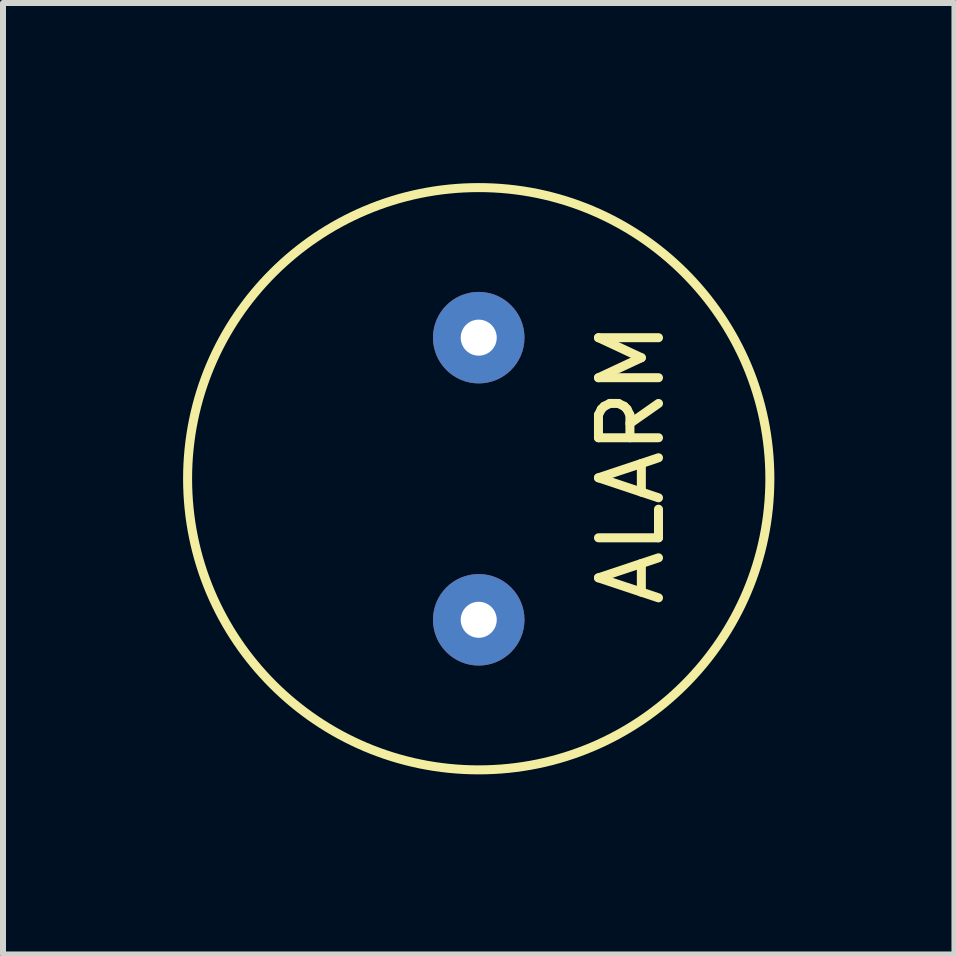
<source format=kicad_pcb>
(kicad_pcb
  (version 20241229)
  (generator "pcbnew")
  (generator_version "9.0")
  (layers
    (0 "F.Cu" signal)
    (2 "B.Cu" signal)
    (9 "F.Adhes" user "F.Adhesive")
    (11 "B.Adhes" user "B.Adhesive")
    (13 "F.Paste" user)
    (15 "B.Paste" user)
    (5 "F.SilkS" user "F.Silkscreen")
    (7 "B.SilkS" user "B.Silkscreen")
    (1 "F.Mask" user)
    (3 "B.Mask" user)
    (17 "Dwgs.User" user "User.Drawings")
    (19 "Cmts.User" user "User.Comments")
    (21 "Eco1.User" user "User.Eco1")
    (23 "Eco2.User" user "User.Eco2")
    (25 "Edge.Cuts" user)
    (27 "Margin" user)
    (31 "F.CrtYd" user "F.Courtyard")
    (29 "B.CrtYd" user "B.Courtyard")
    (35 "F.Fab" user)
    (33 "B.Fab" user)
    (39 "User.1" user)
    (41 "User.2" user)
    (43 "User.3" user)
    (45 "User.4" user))
  (footprint "ALARM"
    (layer "F.Cu")
    (at 4.925 4.925)
    (property "Reference" "ALARM" (at 2.54 -0.254 90) (layer "F.SilkS") (effects (font (size 1 1) (thickness 0.15))))
    (attr through_hole)
    (fp_circle (center 0 0) (end 4.85 0) (stroke (width 0.15) (type solid)) (fill no) (layer "F.SilkS"))
    (pad "1" thru_hole circle (at 0 -2.35) (size 1.524 1.524) (drill 0.6) (layers "*.Cu" "*.Mask"))
    (pad "2" thru_hole circle (at 0 2.35) (size 1.524 1.524) (drill 0.6) (layers "*.Cu" "*.Mask")))
  (gr_rect
    (start -3 -3)
    (end 12.85 12.85)
    (stroke (width 0.1) (type default))
    (fill no)
    (layer "Edge.Cuts")))
</source>
